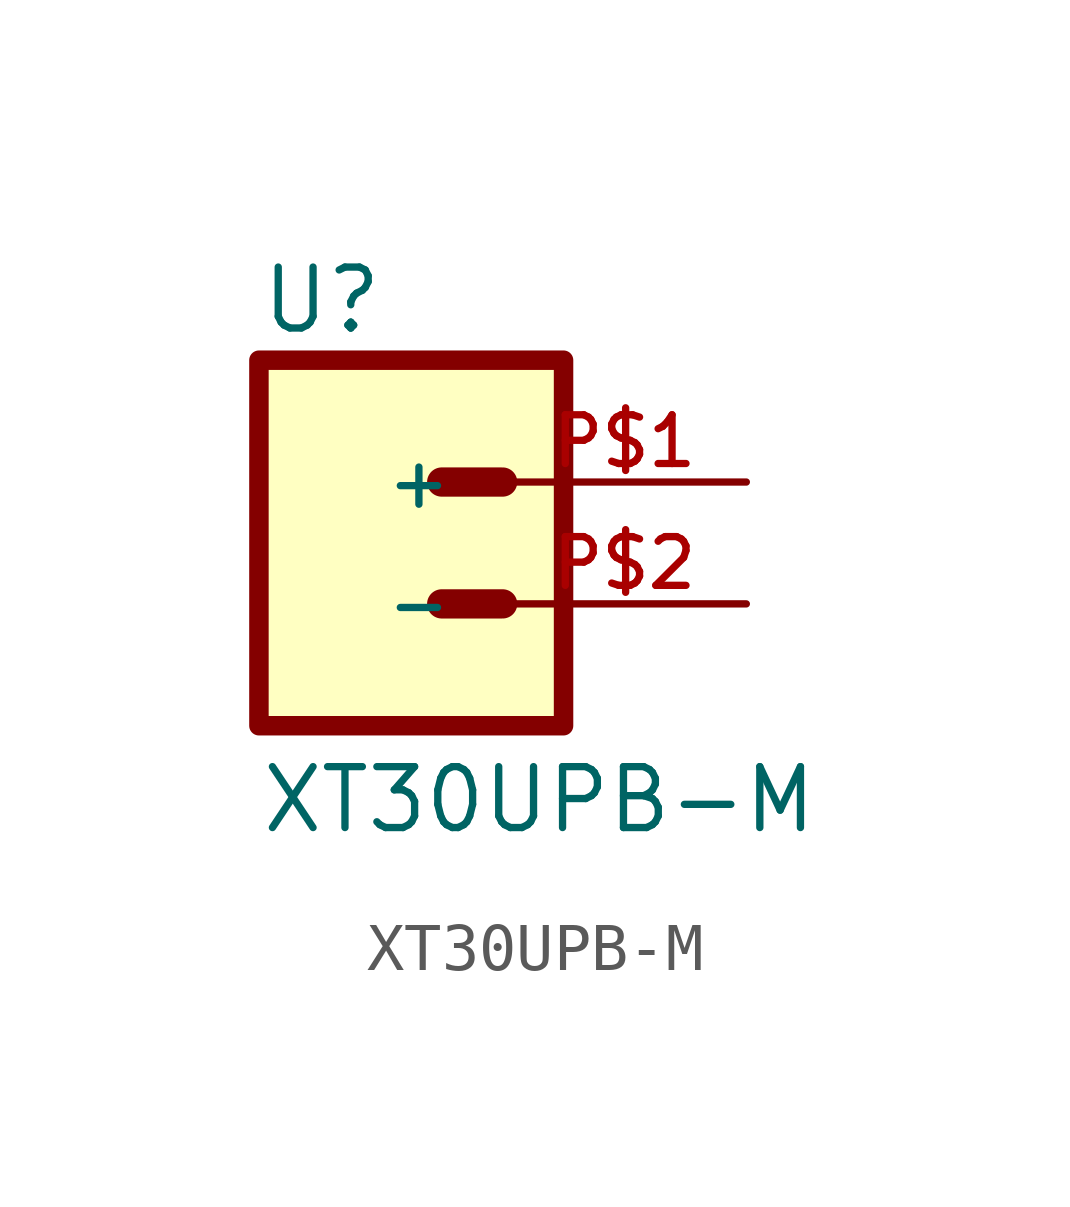
<source format=kicad_sym>
(kicad_symbol_lib
  (version 20211014)
  (generator kicad_symbol_editor)
  (symbol "XT30UPB-M"
    (pin_names
      (offset 1.016))
    (property "Reference" "U"
      (at -2.54 5.588 0)
      (effects (font (size 1.27 1.27)) (justify bottom left)))
    (property "Value" "XT30UPB-M"
      (at -2.54 -4.826 0)
      (effects (font (size 1.27 1.27)) (justify bottom left)))
    (symbol "XT30UPB-M_0_0"
      (polyline (pts (xy 1.27 2.54) (xy 2.54 2.54)) (stroke (width 0.61)))
      (polyline (pts (xy 1.27 0.0) (xy 2.54 0.0)) (stroke (width 0.61)))
      (rectangle (start -2.54 -2.54) (end 3.81 5.08) (stroke (width 0.406)) (fill (type background)))
      (pin passive line (at 7.62 0.0 180.0) (length 5.08) (name "-" (effects (font (size 1.016 1.016)))) (number "P$2" (effects (font (size 1.016 1.016)))))
      (pin passive line (at 7.62 2.54 180.0) (length 5.08) (name "+" (effects (font (size 1.016 1.016)))) (number "P$1" (effects (font (size 1.016 1.016))))))))
</source>
